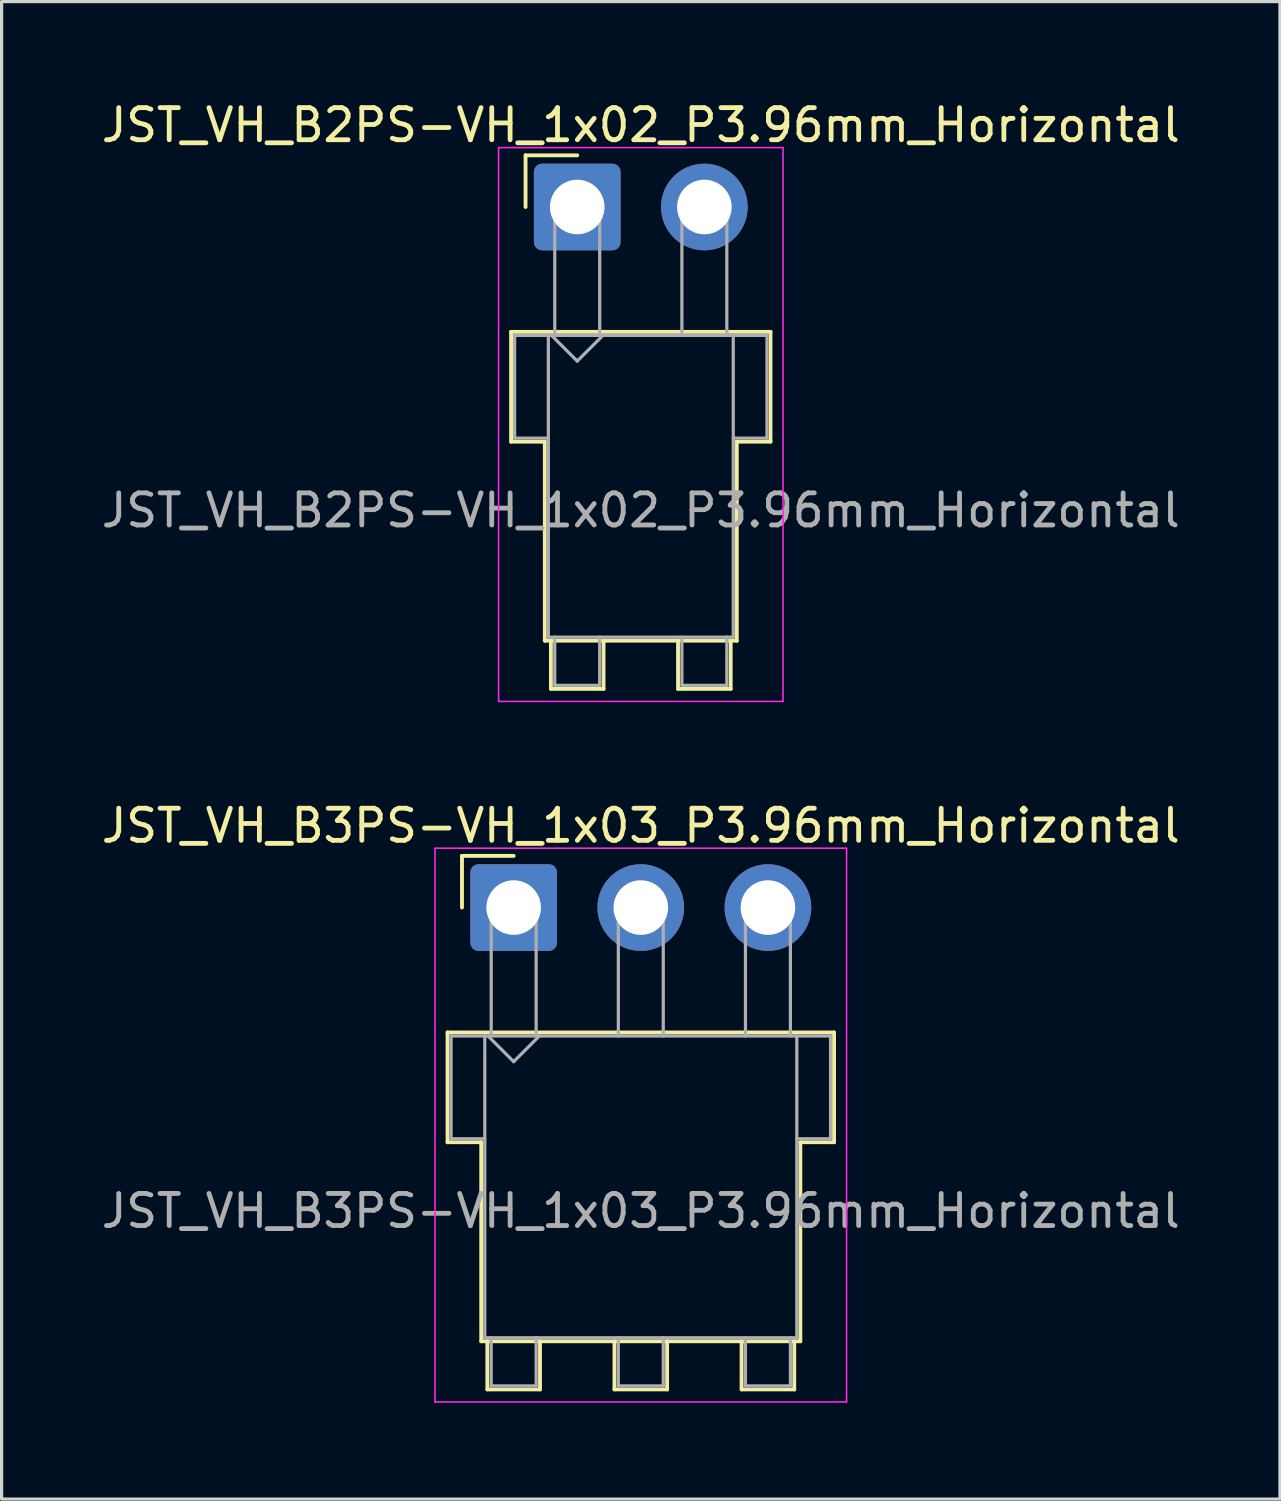
<source format=kicad_pcb>
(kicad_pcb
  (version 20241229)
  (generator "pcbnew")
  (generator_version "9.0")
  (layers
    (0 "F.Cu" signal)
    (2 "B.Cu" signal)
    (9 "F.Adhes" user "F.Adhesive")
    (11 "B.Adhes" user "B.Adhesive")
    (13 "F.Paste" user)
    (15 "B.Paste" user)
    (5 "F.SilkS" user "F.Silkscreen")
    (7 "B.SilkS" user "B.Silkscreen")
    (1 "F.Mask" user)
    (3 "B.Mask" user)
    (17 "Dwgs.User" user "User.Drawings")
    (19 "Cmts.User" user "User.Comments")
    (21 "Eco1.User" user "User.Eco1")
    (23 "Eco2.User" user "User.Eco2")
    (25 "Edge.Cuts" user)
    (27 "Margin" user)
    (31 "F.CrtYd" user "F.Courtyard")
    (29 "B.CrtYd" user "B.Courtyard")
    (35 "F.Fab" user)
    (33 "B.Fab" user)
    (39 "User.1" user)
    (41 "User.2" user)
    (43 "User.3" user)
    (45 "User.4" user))
  (footprint "JST_VH_B2PS-VH_1x02_P3.96mm_Horizontal"
    (layer "F.Cu")
    (at 14.931 3.398)
    (property "Reference" "JST_VH_B2PS-VH_1x02_P3.96mm_Horizontal" (at 1.98 -2.55 0) (layer "F.SilkS") (effects (font (size 1 1) (thickness 0.15))))
    (attr through_hole)
    (fp_line (start -2.06 3.89) (end 6.02 3.89) (stroke (width 0.12) (type solid)) (layer "F.SilkS"))
    (fp_line (start -2.06 7.31) (end -2.06 3.89) (stroke (width 0.12) (type solid)) (layer "F.SilkS"))
    (fp_line (start -1.61 -1.61) (end -1.61 0) (stroke (width 0.12) (type solid)) (layer "F.SilkS"))
    (fp_line (start -1.01 7.31) (end -2.06 7.31) (stroke (width 0.12) (type solid)) (layer "F.SilkS"))
    (fp_line (start -1.01 13.51) (end -1.01 7.31) (stroke (width 0.12) (type solid)) (layer "F.SilkS"))
    (fp_line (start -0.82 13.51) (end -0.82 15.01) (stroke (width 0.12) (type solid)) (layer "F.SilkS"))
    (fp_line (start -0.82 15.01) (end 0.82 15.01) (stroke (width 0.12) (type solid)) (layer "F.SilkS"))
    (fp_line (start 0 -1.61) (end -1.61 -1.61) (stroke (width 0.12) (type solid)) (layer "F.SilkS"))
    (fp_line (start 0.82 15.01) (end 0.82 13.51) (stroke (width 0.12) (type solid)) (layer "F.SilkS"))
    (fp_line (start 3.14 13.51) (end 3.14 15.01) (stroke (width 0.12) (type solid)) (layer "F.SilkS"))
    (fp_line (start 3.14 15.01) (end 4.78 15.01) (stroke (width 0.12) (type solid)) (layer "F.SilkS"))
    (fp_line (start 4.78 15.01) (end 4.78 13.51) (stroke (width 0.12) (type solid)) (layer "F.SilkS"))
    (fp_line (start 4.97 7.31) (end 4.97 13.51) (stroke (width 0.12) (type solid)) (layer "F.SilkS"))
    (fp_line (start 4.97 13.51) (end -1.01 13.51) (stroke (width 0.12) (type solid)) (layer "F.SilkS"))
    (fp_line (start 6.02 3.89) (end 6.02 7.31) (stroke (width 0.12) (type solid)) (layer "F.SilkS"))
    (fp_line (start 6.02 7.31) (end 4.97 7.31) (stroke (width 0.12) (type solid)) (layer "F.SilkS"))
    (fp_line (start -2.45 -1.85) (end -2.45 15.4) (stroke (width 0.05) (type solid)) (layer "F.CrtYd"))
    (fp_line (start -2.45 15.4) (end 6.41 15.4) (stroke (width 0.05) (type solid)) (layer "F.CrtYd"))
    (fp_line (start 6.41 -1.85) (end -2.45 -1.85) (stroke (width 0.05) (type solid)) (layer "F.CrtYd"))
    (fp_line (start 6.41 15.4) (end 6.41 -1.85) (stroke (width 0.05) (type solid)) (layer "F.CrtYd"))
    (fp_line (start -1.95 4) (end -0.9 4) (stroke (width 0.1) (type solid)) (layer "F.Fab"))
    (fp_line (start -1.95 7.2) (end -1.95 4) (stroke (width 0.1) (type solid)) (layer "F.Fab"))
    (fp_line (start -0.9 4) (end -0.9 13.4) (stroke (width 0.1) (type solid)) (layer "F.Fab"))
    (fp_line (start -0.9 7.2) (end -1.95 7.2) (stroke (width 0.1) (type solid)) (layer "F.Fab"))
    (fp_line (start -0.9 13.4) (end 4.86 13.4) (stroke (width 0.1) (type solid)) (layer "F.Fab"))
    (fp_line (start -0.8 4) (end 0 4.8) (stroke (width 0.1) (type solid)) (layer "F.Fab"))
    (fp_line (start -0.7 0) (end 0.7 0) (stroke (width 0.1) (type solid)) (layer "F.Fab"))
    (fp_line (start -0.7 4) (end -0.7 0) (stroke (width 0.1) (type solid)) (layer "F.Fab"))
    (fp_line (start -0.7 13.4) (end -0.7 14.9) (stroke (width 0.1) (type solid)) (layer "F.Fab"))
    (fp_line (start -0.7 14.9) (end 0.7 14.9) (stroke (width 0.1) (type solid)) (layer "F.Fab"))
    (fp_line (start 0 4.8) (end 0.8 4) (stroke (width 0.1) (type solid)) (layer "F.Fab"))
    (fp_line (start 0.7 0) (end 0.7 4) (stroke (width 0.1) (type solid)) (layer "F.Fab"))
    (fp_line (start 0.7 14.9) (end 0.7 13.4) (stroke (width 0.1) (type solid)) (layer "F.Fab"))
    (fp_line (start 3.26 0) (end 4.66 0) (stroke (width 0.1) (type solid)) (layer "F.Fab"))
    (fp_line (start 3.26 4) (end 3.26 0) (stroke (width 0.1) (type solid)) (layer "F.Fab"))
    (fp_line (start 3.26 13.4) (end 3.26 14.9) (stroke (width 0.1) (type solid)) (layer "F.Fab"))
    (fp_line (start 3.26 14.9) (end 4.66 14.9) (stroke (width 0.1) (type solid)) (layer "F.Fab"))
    (fp_line (start 4.66 0) (end 4.66 4) (stroke (width 0.1) (type solid)) (layer "F.Fab"))
    (fp_line (start 4.66 14.9) (end 4.66 13.4) (stroke (width 0.1) (type solid)) (layer "F.Fab"))
    (fp_line (start 4.86 4) (end -0.9 4) (stroke (width 0.1) (type solid)) (layer "F.Fab"))
    (fp_line (start 4.86 4) (end 5.91 4) (stroke (width 0.1) (type solid)) (layer "F.Fab"))
    (fp_line (start 4.86 13.4) (end 4.86 4) (stroke (width 0.1) (type solid)) (layer "F.Fab"))
    (fp_line (start 5.91 4) (end 5.91 7.2) (stroke (width 0.1) (type solid)) (layer "F.Fab"))
    (fp_line (start 5.91 7.2) (end 4.86 7.2) (stroke (width 0.1) (type solid)) (layer "F.Fab"))
    (fp_text user "${REFERENCE}" (at 1.98 9.45 0) (layer "F.Fab") (effects (font (size 1 1) (thickness 0.15))))
    (pad "1" thru_hole roundrect (at 0 0) (size 2.7 2.7) (drill 1.7) (layers "*.Cu" "*.Mask") (roundrect_rratio 0.093))
    (pad "2" thru_hole circle (at 3.96 0) (size 2.7 2.7) (drill 1.7) (layers "*.Cu" "*.Mask")))
  (footprint "JST_VH_B3PS-VH_1x03_P3.96mm_Horizontal"
    (layer "F.Cu")
    (at 12.951 25.221)
    (property "Reference" "JST_VH_B3PS-VH_1x03_P3.96mm_Horizontal" (at 3.96 -2.55 0) (layer "F.SilkS") (effects (font (size 1 1) (thickness 0.15))))
    (attr through_hole)
    (fp_line (start -2.06 3.89) (end 9.98 3.89) (stroke (width 0.12) (type solid)) (layer "F.SilkS"))
    (fp_line (start -2.06 7.31) (end -2.06 3.89) (stroke (width 0.12) (type solid)) (layer "F.SilkS"))
    (fp_line (start -1.61 -1.61) (end -1.61 0) (stroke (width 0.12) (type solid)) (layer "F.SilkS"))
    (fp_line (start -1.01 7.31) (end -2.06 7.31) (stroke (width 0.12) (type solid)) (layer "F.SilkS"))
    (fp_line (start -1.01 13.51) (end -1.01 7.31) (stroke (width 0.12) (type solid)) (layer "F.SilkS"))
    (fp_line (start -0.82 13.51) (end -0.82 15.01) (stroke (width 0.12) (type solid)) (layer "F.SilkS"))
    (fp_line (start -0.82 15.01) (end 0.82 15.01) (stroke (width 0.12) (type solid)) (layer "F.SilkS"))
    (fp_line (start 0 -1.61) (end -1.61 -1.61) (stroke (width 0.12) (type solid)) (layer "F.SilkS"))
    (fp_line (start 0.82 15.01) (end 0.82 13.51) (stroke (width 0.12) (type solid)) (layer "F.SilkS"))
    (fp_line (start 3.14 13.51) (end 3.14 15.01) (stroke (width 0.12) (type solid)) (layer "F.SilkS"))
    (fp_line (start 3.14 15.01) (end 4.78 15.01) (stroke (width 0.12) (type solid)) (layer "F.SilkS"))
    (fp_line (start 4.78 15.01) (end 4.78 13.51) (stroke (width 0.12) (type solid)) (layer "F.SilkS"))
    (fp_line (start 7.1 13.51) (end 7.1 15.01) (stroke (width 0.12) (type solid)) (layer "F.SilkS"))
    (fp_line (start 7.1 15.01) (end 8.74 15.01) (stroke (width 0.12) (type solid)) (layer "F.SilkS"))
    (fp_line (start 8.74 15.01) (end 8.74 13.51) (stroke (width 0.12) (type solid)) (layer "F.SilkS"))
    (fp_line (start 8.93 7.31) (end 8.93 13.51) (stroke (width 0.12) (type solid)) (layer "F.SilkS"))
    (fp_line (start 8.93 13.51) (end -1.01 13.51) (stroke (width 0.12) (type solid)) (layer "F.SilkS"))
    (fp_line (start 9.98 3.89) (end 9.98 7.31) (stroke (width 0.12) (type solid)) (layer "F.SilkS"))
    (fp_line (start 9.98 7.31) (end 8.93 7.31) (stroke (width 0.12) (type solid)) (layer "F.SilkS"))
    (fp_line (start -2.45 -1.85) (end -2.45 15.4) (stroke (width 0.05) (type solid)) (layer "F.CrtYd"))
    (fp_line (start -2.45 15.4) (end 10.37 15.4) (stroke (width 0.05) (type solid)) (layer "F.CrtYd"))
    (fp_line (start 10.37 -1.85) (end -2.45 -1.85) (stroke (width 0.05) (type solid)) (layer "F.CrtYd"))
    (fp_line (start 10.37 15.4) (end 10.37 -1.85) (stroke (width 0.05) (type solid)) (layer "F.CrtYd"))
    (fp_line (start -1.95 4) (end -0.9 4) (stroke (width 0.1) (type solid)) (layer "F.Fab"))
    (fp_line (start -1.95 7.2) (end -1.95 4) (stroke (width 0.1) (type solid)) (layer "F.Fab"))
    (fp_line (start -0.9 4) (end -0.9 13.4) (stroke (width 0.1) (type solid)) (layer "F.Fab"))
    (fp_line (start -0.9 7.2) (end -1.95 7.2) (stroke (width 0.1) (type solid)) (layer "F.Fab"))
    (fp_line (start -0.9 13.4) (end 8.82 13.4) (stroke (width 0.1) (type solid)) (layer "F.Fab"))
    (fp_line (start -0.8 4) (end 0 4.8) (stroke (width 0.1) (type solid)) (layer "F.Fab"))
    (fp_line (start -0.7 0) (end 0.7 0) (stroke (width 0.1) (type solid)) (layer "F.Fab"))
    (fp_line (start -0.7 4) (end -0.7 0) (stroke (width 0.1) (type solid)) (layer "F.Fab"))
    (fp_line (start -0.7 13.4) (end -0.7 14.9) (stroke (width 0.1) (type solid)) (layer "F.Fab"))
    (fp_line (start -0.7 14.9) (end 0.7 14.9) (stroke (width 0.1) (type solid)) (layer "F.Fab"))
    (fp_line (start 0 4.8) (end 0.8 4) (stroke (width 0.1) (type solid)) (layer "F.Fab"))
    (fp_line (start 0.7 0) (end 0.7 4) (stroke (width 0.1) (type solid)) (layer "F.Fab"))
    (fp_line (start 0.7 14.9) (end 0.7 13.4) (stroke (width 0.1) (type solid)) (layer "F.Fab"))
    (fp_line (start 3.26 0) (end 4.66 0) (stroke (width 0.1) (type solid)) (layer "F.Fab"))
    (fp_line (start 3.26 4) (end 3.26 0) (stroke (width 0.1) (type solid)) (layer "F.Fab"))
    (fp_line (start 3.26 13.4) (end 3.26 14.9) (stroke (width 0.1) (type solid)) (layer "F.Fab"))
    (fp_line (start 3.26 14.9) (end 4.66 14.9) (stroke (width 0.1) (type solid)) (layer "F.Fab"))
    (fp_line (start 4.66 0) (end 4.66 4) (stroke (width 0.1) (type solid)) (layer "F.Fab"))
    (fp_line (start 4.66 14.9) (end 4.66 13.4) (stroke (width 0.1) (type solid)) (layer "F.Fab"))
    (fp_line (start 7.22 0) (end 8.62 0) (stroke (width 0.1) (type solid)) (layer "F.Fab"))
    (fp_line (start 7.22 4) (end 7.22 0) (stroke (width 0.1) (type solid)) (layer "F.Fab"))
    (fp_line (start 7.22 13.4) (end 7.22 14.9) (stroke (width 0.1) (type solid)) (layer "F.Fab"))
    (fp_line (start 7.22 14.9) (end 8.62 14.9) (stroke (width 0.1) (type solid)) (layer "F.Fab"))
    (fp_line (start 8.62 0) (end 8.62 4) (stroke (width 0.1) (type solid)) (layer "F.Fab"))
    (fp_line (start 8.62 14.9) (end 8.62 13.4) (stroke (width 0.1) (type solid)) (layer "F.Fab"))
    (fp_line (start 8.82 4) (end -0.9 4) (stroke (width 0.1) (type solid)) (layer "F.Fab"))
    (fp_line (start 8.82 4) (end 9.87 4) (stroke (width 0.1) (type solid)) (layer "F.Fab"))
    (fp_line (start 8.82 13.4) (end 8.82 4) (stroke (width 0.1) (type solid)) (layer "F.Fab"))
    (fp_line (start 9.87 4) (end 9.87 7.2) (stroke (width 0.1) (type solid)) (layer "F.Fab"))
    (fp_line (start 9.87 7.2) (end 8.82 7.2) (stroke (width 0.1) (type solid)) (layer "F.Fab"))
    (fp_text user "${REFERENCE}" (at 3.96 9.45 0) (layer "F.Fab") (effects (font (size 1 1) (thickness 0.15))))
    (pad "1" thru_hole roundrect (at 0 0) (size 2.7 2.7) (drill 1.7) (layers "*.Cu" "*.Mask") (roundrect_rratio 0.093))
    (pad "2" thru_hole circle (at 3.96 0) (size 2.7 2.7) (drill 1.7) (layers "*.Cu" "*.Mask"))
    (pad "3" thru_hole circle (at 7.92 0) (size 2.7 2.7) (drill 1.7) (layers "*.Cu" "*.Mask")))
  (gr_rect
    (start -3 -3)
    (end 36.821 43.647)
    (stroke (width 0.1) (type default))
    (fill no)
    (layer "Edge.Cuts")))
</source>
